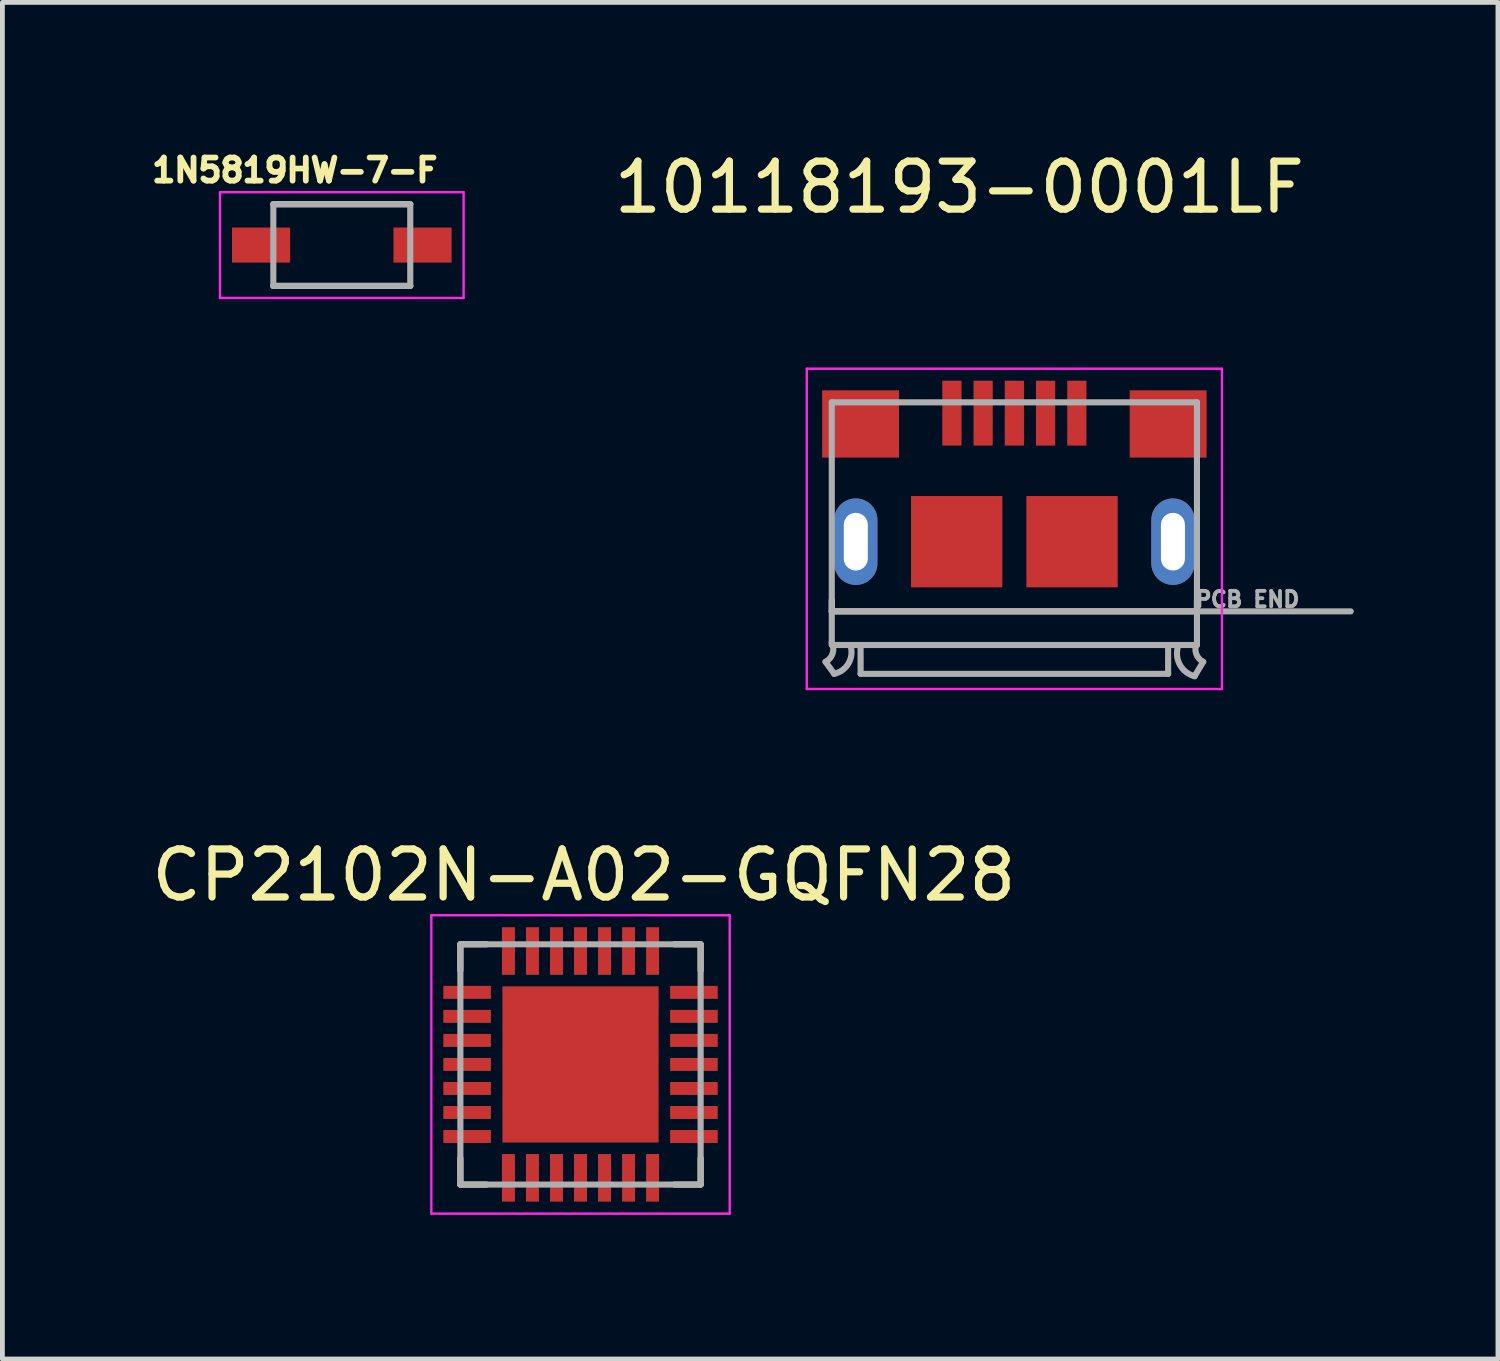
<source format=kicad_pcb>
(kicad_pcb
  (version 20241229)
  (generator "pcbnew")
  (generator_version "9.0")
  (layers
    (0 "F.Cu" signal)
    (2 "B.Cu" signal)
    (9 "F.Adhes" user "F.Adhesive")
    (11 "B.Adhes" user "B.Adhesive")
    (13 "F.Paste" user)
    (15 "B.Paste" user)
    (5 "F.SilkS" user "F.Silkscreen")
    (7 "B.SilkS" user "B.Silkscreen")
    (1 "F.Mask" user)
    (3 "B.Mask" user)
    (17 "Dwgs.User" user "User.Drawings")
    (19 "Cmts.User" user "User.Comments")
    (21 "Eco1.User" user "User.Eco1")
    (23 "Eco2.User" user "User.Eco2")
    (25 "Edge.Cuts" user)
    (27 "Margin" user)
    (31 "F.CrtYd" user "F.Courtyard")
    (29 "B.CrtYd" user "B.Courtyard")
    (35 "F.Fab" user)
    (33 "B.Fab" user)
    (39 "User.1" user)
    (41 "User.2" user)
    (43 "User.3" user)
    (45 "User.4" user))
  (footprint "10118193-0001LF"
    (layer "F.Cu")
    (at 18.06 8.223)
    (property "Reference" "10118193-0001LF" (at -1.145 -7.375 0) (layer "F.SilkS") (effects (font (size 1 1) (thickness 0.15))))
    (attr smd)
    (fp_line (start -3.8 1.45) (end -3.8 1.22) (stroke (width 0.127) (type solid)) (layer "F.SilkS"))
    (fp_line (start -3.8 1.45) (end 3.8 1.45) (stroke (width 0.127) (type solid)) (layer "F.SilkS"))
    (fp_line (start 3.8 1.45) (end 3.8 1.22) (stroke (width 0.127) (type solid)) (layer "F.SilkS"))
    (fp_line (start -4.32 -3.6) (end -4.32 3.066) (stroke (width 0.05) (type solid)) (layer "F.CrtYd"))
    (fp_line (start -4.32 3.066) (end 4.32 3.066) (stroke (width 0.05) (type solid)) (layer "F.CrtYd"))
    (fp_line (start 4.32 -3.6) (end -4.32 -3.6) (stroke (width 0.05) (type solid)) (layer "F.CrtYd"))
    (fp_line (start 4.32 3.066) (end 4.32 -3.6) (stroke (width 0.05) (type solid)) (layer "F.CrtYd"))
    (fp_line (start -3.93 2.5) (end -3.75 2.75) (stroke (width 0.127) (type solid)) (layer "F.Fab"))
    (fp_line (start -3.8 -2.9) (end 3.8 -2.9) (stroke (width 0.127) (type solid)) (layer "F.Fab"))
    (fp_line (start -3.8 1.45) (end 3.8 1.45) (stroke (width 0.127) (type solid)) (layer "F.Fab"))
    (fp_line (start -3.8 2.1) (end -3.8 -2.9) (stroke (width 0.127) (type solid)) (layer "F.Fab"))
    (fp_line (start -3.8 2.15) (end -3.8 2.1) (stroke (width 0.127) (type solid)) (layer "F.Fab"))
    (fp_line (start -3.2 2.2) (end -3.2 2.75) (stroke (width 0.127) (type solid)) (layer "F.Fab"))
    (fp_line (start -3.2 2.75) (end 3.2 2.75) (stroke (width 0.127) (type solid)) (layer "F.Fab"))
    (fp_line (start 3.2 2.75) (end 3.2 2.2) (stroke (width 0.127) (type solid)) (layer "F.Fab"))
    (fp_line (start 3.8 -2.9) (end 3.8 1.45) (stroke (width 0.127) (type solid)) (layer "F.Fab"))
    (fp_line (start 3.8 1.45) (end 3.8 2.15) (stroke (width 0.127) (type solid)) (layer "F.Fab"))
    (fp_line (start 3.8 1.45) (end 7 1.45) (stroke (width 0.127) (type solid)) (layer "F.Fab"))
    (fp_line (start 3.8 2.15) (end -3.8 2.15) (stroke (width 0.127) (type solid)) (layer "F.Fab"))
    (fp_line (start 3.93 2.5) (end 3.75 2.8) (stroke (width 0.127) (type solid)) (layer "F.Fab"))
    (fp_arc (start -3.8 2.1) (mid -3.782157 2.326924) (end -3.93 2.5) (stroke (width 0.127) (type solid)) (layer "F.Fab"))
    (fp_arc (start -3.4 2.2) (mid -3.461091 2.547487) (end -3.75 2.75) (stroke (width 0.127) (type solid)) (layer "F.Fab"))
    (fp_arc (start 3.75 2.8) (mid 3.450736 2.572487) (end 3.4 2.2) (stroke (width 0.127) (type solid)) (layer "F.Fab"))
    (fp_arc (start 3.93 2.5) (mid 3.782157 2.326924) (end 3.8 2.1) (stroke (width 0.127) (type solid)) (layer "F.Fab"))
    (fp_text user "PCB END" (at 4.85 1.2 0) (layer "F.Fab") (effects (font (size 0.32 0.32) (thickness 0.15))))
    (pad "1" smd rect (at -1.3 -2.675) (size 0.4 1.35) (layers "F.Cu" "F.Mask" "F.Paste"))
    (pad "2" smd rect (at -0.65 -2.675) (size 0.4 1.35) (layers "F.Cu" "F.Mask" "F.Paste"))
    (pad "3" smd rect (at 0 -2.675) (size 0.4 1.35) (layers "F.Cu" "F.Mask" "F.Paste"))
    (pad "4" smd rect (at 0.65 -2.675) (size 0.4 1.35) (layers "F.Cu" "F.Mask" "F.Paste"))
    (pad "5" smd rect (at 1.3 -2.675) (size 0.4 1.35) (layers "F.Cu" "F.Mask" "F.Paste"))
    (pad "S1" smd rect (at -3.2 -2.45) (size 1.6 1.4) (layers "F.Cu" "F.Mask" "F.Paste"))
    (pad "S2" smd rect (at 3.2 -2.45) (size 1.6 1.4) (layers "F.Cu" "F.Mask" "F.Paste"))
    (pad "S3" smd rect (at 1.2 0) (size 1.9 1.9) (layers "F.Cu" "F.Mask" "F.Paste"))
    (pad "S4" smd rect (at -1.2 0) (size 1.9 1.9) (layers "F.Cu" "F.Mask" "F.Paste"))
    (pad "S5" thru_hole oval (at -3.3 0) (size 0.9 1.8) (drill oval 0.5 1.2) (layers "*.Cu" "*.Mask"))
    (pad "S6" thru_hole oval (at 3.3 0) (size 0.9 1.8) (drill oval 0.5 1.2) (layers "*.Cu" "*.Mask")))
  (footprint "CP2102N-A02-GQFN28"
    (layer "F.Cu")
    (at 9.031 19.102)
    (property "Reference" "CP2102N-A02-GQFN28" (at 0.07 -3.94 0) (layer "F.SilkS") (effects (font (size 1 1) (thickness 0.15))))
    (attr smd)
    (fp_line (start -2.5 -2.5) (end -1.955 -2.5) (stroke (width 0.127) (type solid)) (layer "F.SilkS"))
    (fp_line (start -2.5 -1.955) (end -2.5 -2.5) (stroke (width 0.127) (type solid)) (layer "F.SilkS"))
    (fp_line (start -2.5 2.5) (end -2.5 1.955) (stroke (width 0.127) (type solid)) (layer "F.SilkS"))
    (fp_line (start -1.955 2.5) (end -2.5 2.5) (stroke (width 0.127) (type solid)) (layer "F.SilkS"))
    (fp_line (start 1.955 -2.5) (end 2.5 -2.5) (stroke (width 0.127) (type solid)) (layer "F.SilkS"))
    (fp_line (start 2.5 -2.5) (end 2.5 -1.955) (stroke (width 0.127) (type solid)) (layer "F.SilkS"))
    (fp_line (start 2.5 2.5) (end 1.955 2.5) (stroke (width 0.127) (type solid)) (layer "F.SilkS"))
    (fp_line (start 2.5 2.5) (end 2.5 1.955) (stroke (width 0.127) (type solid)) (layer "F.SilkS"))
    (fp_poly (pts (xy -1.028 -1.028) (xy 1.028 -1.028) (xy 1.028 1.028) (xy -1.028 1.028)) (stroke (width 0.01) (type solid)) (fill yes) (layer "F.Paste"))
    (fp_line (start -3.105 -3.105) (end -3.105 3.105) (stroke (width 0.05) (type solid)) (layer "F.CrtYd"))
    (fp_line (start -3.105 3.105) (end 3.105 3.105) (stroke (width 0.05) (type solid)) (layer "F.CrtYd"))
    (fp_line (start 3.105 -3.105) (end -3.105 -3.105) (stroke (width 0.05) (type solid)) (layer "F.CrtYd"))
    (fp_line (start 3.105 3.105) (end 3.105 -3.105) (stroke (width 0.05) (type solid)) (layer "F.CrtYd"))
    (fp_line (start -2.5 -2.5) (end 2.5 -2.5) (stroke (width 0.127) (type solid)) (layer "F.Fab"))
    (fp_line (start -2.5 2.5) (end -2.5 -2.5) (stroke (width 0.127) (type solid)) (layer "F.Fab"))
    (fp_line (start 2.5 -2.5) (end 2.5 2.5) (stroke (width 0.127) (type solid)) (layer "F.Fab"))
    (fp_line (start 2.5 2.5) (end -2.5 2.5) (stroke (width 0.127) (type solid)) (layer "F.Fab"))
    (pad "1" smd rect (at -2.36 -1.5) (size 0.99 0.27) (layers "F.Cu" "F.Mask" "F.Paste"))
    (pad "2" smd rect (at -2.36 -1) (size 0.99 0.27) (layers "F.Cu" "F.Mask" "F.Paste"))
    (pad "3" smd rect (at -2.36 -0.5) (size 0.99 0.27) (layers "F.Cu" "F.Mask" "F.Paste"))
    (pad "4" smd rect (at -2.36 0) (size 0.99 0.27) (layers "F.Cu" "F.Mask" "F.Paste"))
    (pad "5" smd rect (at -2.36 0.5) (size 0.99 0.27) (layers "F.Cu" "F.Mask" "F.Paste"))
    (pad "6" smd rect (at -2.36 1) (size 0.99 0.27) (layers "F.Cu" "F.Mask" "F.Paste"))
    (pad "7" smd rect (at -2.36 1.5) (size 0.99 0.27) (layers "F.Cu" "F.Mask" "F.Paste"))
    (pad "8" smd rect (at -1.5 2.36) (size 0.27 0.99) (layers "F.Cu" "F.Mask" "F.Paste"))
    (pad "9" smd rect (at -1 2.36) (size 0.27 0.99) (layers "F.Cu" "F.Mask" "F.Paste"))
    (pad "10" smd rect (at -0.5 2.36) (size 0.27 0.99) (layers "F.Cu" "F.Mask" "F.Paste"))
    (pad "11" smd rect (at 0 2.36) (size 0.27 0.99) (layers "F.Cu" "F.Mask" "F.Paste"))
    (pad "12" smd rect (at 0.5 2.36) (size 0.27 0.99) (layers "F.Cu" "F.Mask" "F.Paste"))
    (pad "13" smd rect (at 1 2.36) (size 0.27 0.99) (layers "F.Cu" "F.Mask" "F.Paste"))
    (pad "14" smd rect (at 1.5 2.36) (size 0.27 0.99) (layers "F.Cu" "F.Mask" "F.Paste"))
    (pad "15" smd rect (at 2.36 1.5) (size 0.99 0.27) (layers "F.Cu" "F.Mask" "F.Paste"))
    (pad "16" smd rect (at 2.36 1) (size 0.99 0.27) (layers "F.Cu" "F.Mask" "F.Paste"))
    (pad "17" smd rect (at 2.36 0.5) (size 0.99 0.27) (layers "F.Cu" "F.Mask" "F.Paste"))
    (pad "18" smd rect (at 2.36 0) (size 0.99 0.27) (layers "F.Cu" "F.Mask" "F.Paste"))
    (pad "19" smd rect (at 2.36 -0.5) (size 0.99 0.27) (layers "F.Cu" "F.Mask" "F.Paste"))
    (pad "20" smd rect (at 2.36 -1) (size 0.99 0.27) (layers "F.Cu" "F.Mask" "F.Paste"))
    (pad "21" smd rect (at 2.36 -1.5) (size 0.99 0.27) (layers "F.Cu" "F.Mask" "F.Paste"))
    (pad "22" smd rect (at 1.5 -2.36) (size 0.27 0.99) (layers "F.Cu" "F.Mask" "F.Paste"))
    (pad "23" smd rect (at 1 -2.36) (size 0.27 0.99) (layers "F.Cu" "F.Mask" "F.Paste"))
    (pad "24" smd rect (at 0.5 -2.36) (size 0.27 0.99) (layers "F.Cu" "F.Mask" "F.Paste"))
    (pad "25" smd rect (at 0 -2.36) (size 0.27 0.99) (layers "F.Cu" "F.Mask" "F.Paste"))
    (pad "26" smd rect (at -0.5 -2.36) (size 0.27 0.99) (layers "F.Cu" "F.Mask" "F.Paste"))
    (pad "27" smd rect (at -1 -2.36) (size 0.27 0.99) (layers "F.Cu" "F.Mask" "F.Paste"))
    (pad "28" smd rect (at -1.5 -2.36) (size 0.27 0.99) (layers "F.Cu" "F.Mask" "F.Paste"))
    (pad "29" smd rect (at 0 0) (size 3.25 3.25) (layers "F.Cu" "F.Mask")))
  (footprint "1N5819HW-7-F"
    (layer "F.Cu")
    (at 4.063 2.05)
    (property "Reference" "1N5819HW-7-F" (at -0.978 -1.557 0) (layer "F.SilkS") (effects (font (size 0.481 0.481) (thickness 0.12))))
    (attr smd)
    (fp_line (start -1.425 -0.85) (end 1.425 -0.85) (stroke (width 0.127) (type solid)) (layer "F.SilkS"))
    (fp_line (start 1.425 0.85) (end -1.425 0.85) (stroke (width 0.127) (type solid)) (layer "F.SilkS"))
    (fp_line (start -2.535 -1.1) (end 2.535 -1.1) (stroke (width 0.05) (type solid)) (layer "F.CrtYd"))
    (fp_line (start -2.535 1.1) (end -2.535 -1.1) (stroke (width 0.05) (type solid)) (layer "F.CrtYd"))
    (fp_line (start 2.535 -1.1) (end 2.535 1.1) (stroke (width 0.05) (type solid)) (layer "F.CrtYd"))
    (fp_line (start 2.535 1.1) (end -2.535 1.1) (stroke (width 0.05) (type solid)) (layer "F.CrtYd"))
    (fp_line (start -1.425 -0.85) (end 1.425 -0.85) (stroke (width 0.127) (type solid)) (layer "F.Fab"))
    (fp_line (start -1.425 0.85) (end -1.425 -0.85) (stroke (width 0.127) (type solid)) (layer "F.Fab"))
    (fp_line (start 1.425 -0.85) (end 1.425 0.85) (stroke (width 0.127) (type solid)) (layer "F.Fab"))
    (fp_line (start 1.425 0.85) (end -1.425 0.85) (stroke (width 0.127) (type solid)) (layer "F.Fab"))
    (pad "A" smd rect (at 1.68 0) (size 1.21 0.73) (layers "F.Cu" "F.Mask" "F.Paste"))
    (pad "C" smd rect (at -1.68 0) (size 1.21 0.73) (layers "F.Cu" "F.Mask" "F.Paste")))
  (gr_rect
    (start -3 -3)
    (end 28.124 25.233)
    (stroke (width 0.1) (type default))
    (fill no)
    (layer "Edge.Cuts")))
</source>
